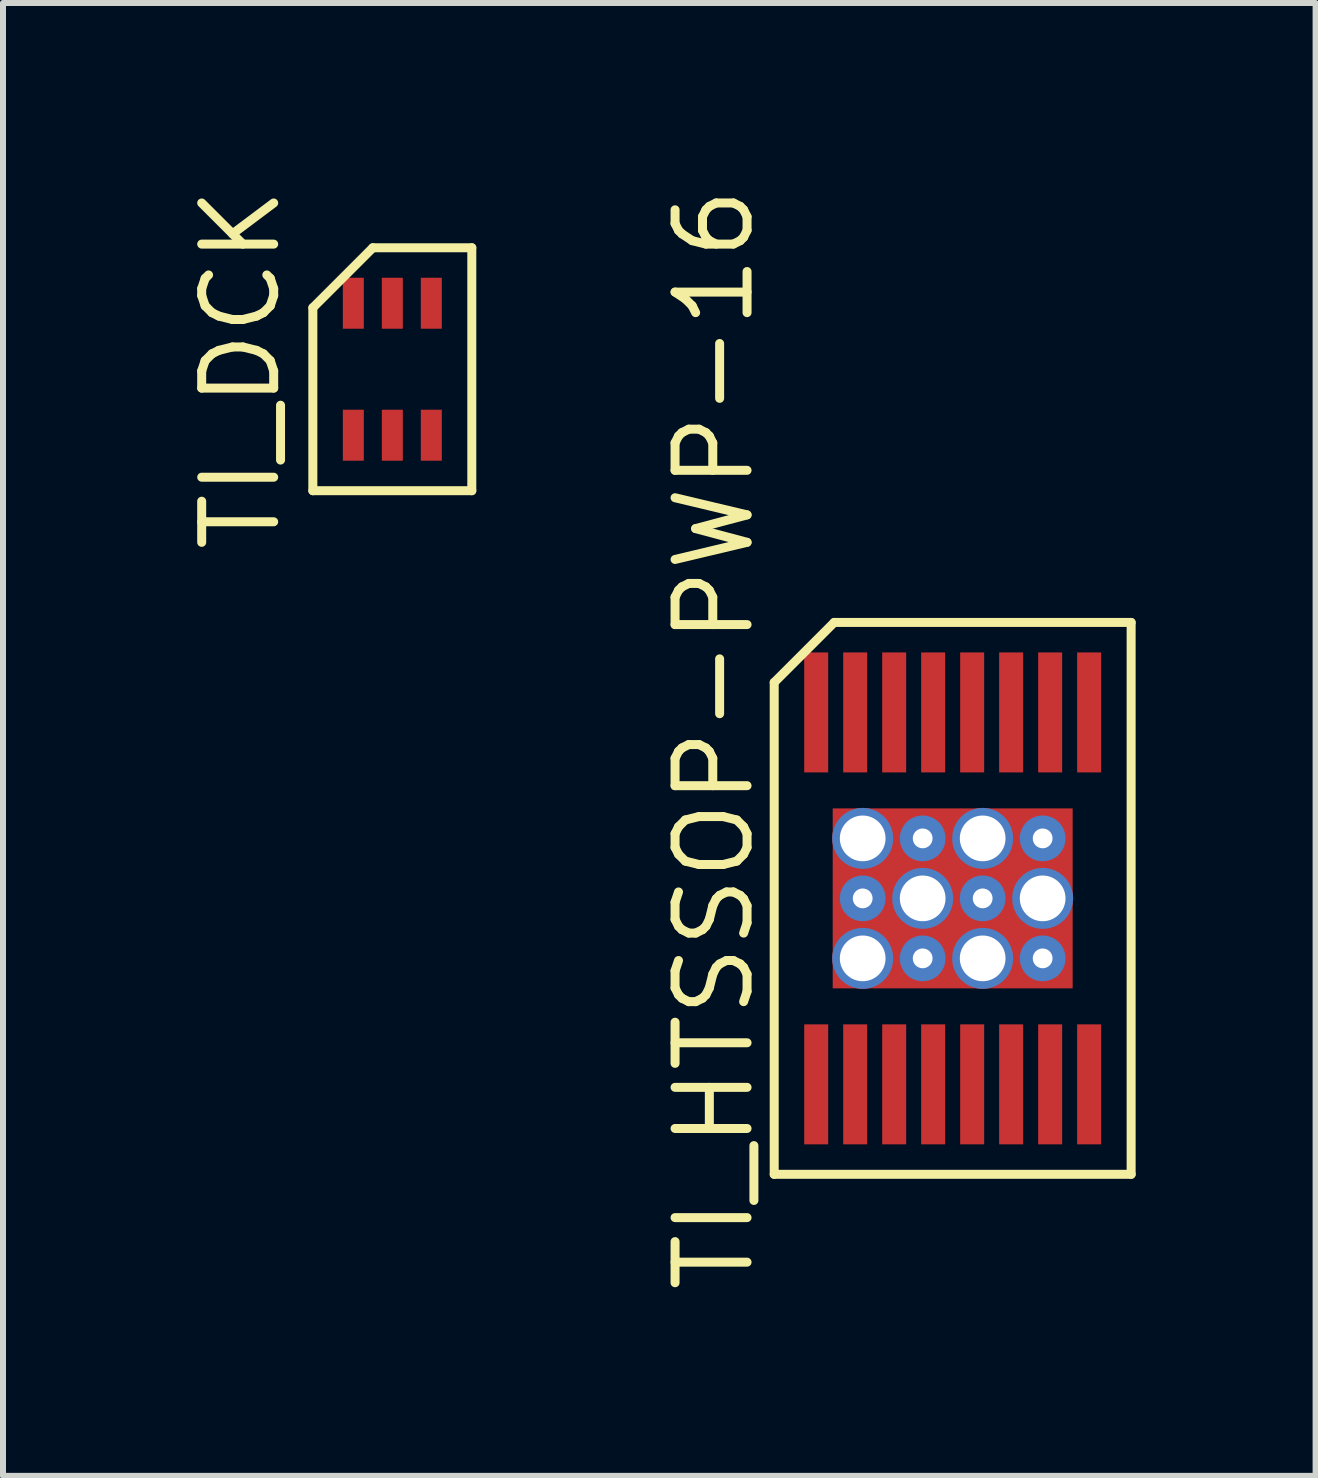
<source format=kicad_pcb>
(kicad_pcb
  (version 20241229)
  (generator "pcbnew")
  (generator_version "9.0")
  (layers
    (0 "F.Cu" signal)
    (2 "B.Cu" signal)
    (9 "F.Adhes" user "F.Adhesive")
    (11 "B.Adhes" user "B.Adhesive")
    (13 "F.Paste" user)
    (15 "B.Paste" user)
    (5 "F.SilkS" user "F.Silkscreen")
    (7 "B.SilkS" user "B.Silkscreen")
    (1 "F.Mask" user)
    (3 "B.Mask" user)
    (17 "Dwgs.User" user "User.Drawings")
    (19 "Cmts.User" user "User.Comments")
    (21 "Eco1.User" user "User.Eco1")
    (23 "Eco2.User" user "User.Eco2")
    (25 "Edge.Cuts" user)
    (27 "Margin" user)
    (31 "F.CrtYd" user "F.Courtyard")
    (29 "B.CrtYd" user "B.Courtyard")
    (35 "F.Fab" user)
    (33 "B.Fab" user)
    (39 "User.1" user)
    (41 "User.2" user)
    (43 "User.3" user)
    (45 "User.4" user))
  (footprint "TI_DCK"
    (layer "F.Cu")
    (at 3.49 3.105)
    (property "Reference" "TI_DCK" (at -2.525 0 90) (layer "F.SilkS") (effects (font (size 1.2 1.2) (thickness 0.15))))
    (attr through_hole)
    (fp_line (start -1.325 -1.025) (end -1.325 2.025) (stroke (width 0.15) (type solid)) (layer "F.SilkS"))
    (fp_line (start -1.325 2.025) (end 1.325 2.025) (stroke (width 0.15) (type solid)) (layer "F.SilkS"))
    (fp_line (start -0.325 -2.025) (end -1.325 -1.025) (stroke (width 0.15) (type solid)) (layer "F.SilkS"))
    (fp_line (start 1.325 -2.025) (end -0.325 -2.025) (stroke (width 0.15) (type solid)) (layer "F.SilkS"))
    (fp_line (start 1.325 2.025) (end 1.325 -2.025) (stroke (width 0.15) (type solid)) (layer "F.SilkS"))
    (pad "1" smd rect (at -0.65 1.1) (size 0.35 0.85) (layers "F.Cu" "F.Mask" "F.Paste"))
    (pad "2" smd rect (at 0 1.1) (size 0.35 0.85) (layers "F.Cu" "F.Mask" "F.Paste"))
    (pad "3" smd rect (at 0.65 1.1) (size 0.35 0.85) (layers "F.Cu" "F.Mask" "F.Paste"))
    (pad "4" smd rect (at 0.65 -1.1) (size 0.35 0.85) (layers "F.Cu" "F.Mask" "F.Paste"))
    (pad "5" smd rect (at 0 -1.1) (size 0.35 0.85) (layers "F.Cu" "F.Mask" "F.Paste"))
    (pad "6" smd rect (at -0.65 -1.1) (size 0.35 0.85) (layers "F.Cu" "F.Mask" "F.Paste")))
  (footprint "TI_HTSSOP-PWP-16"
    (layer "F.Cu")
    (at 12.831 11.926)
    (property "Reference" "TI_HTSSOP-PWP-16" (at -3.975 -2.65 90) (layer "F.SilkS") (effects (font (size 1.2 1.2) (thickness 0.15))))
    (attr through_hole)
    (fp_line (start -2.975 -3.6) (end -2.975 4.6) (stroke (width 0.15) (type solid)) (layer "F.SilkS"))
    (fp_line (start -2.975 4.6) (end 2.975 4.6) (stroke (width 0.15) (type solid)) (layer "F.SilkS"))
    (fp_line (start -1.975 -4.6) (end -2.975 -3.6) (stroke (width 0.15) (type solid)) (layer "F.SilkS"))
    (fp_line (start 2.975 -4.6) (end -1.975 -4.6) (stroke (width 0.15) (type solid)) (layer "F.SilkS"))
    (fp_line (start 2.975 4.6) (end 2.975 -4.6) (stroke (width 0.15) (type solid)) (layer "F.SilkS"))
    (pad "1" smd rect (at -2.275 3.1) (size 0.4 2) (layers "F.Cu" "F.Mask" "F.Paste"))
    (pad "2" smd rect (at -1.625 3.1) (size 0.4 2) (layers "F.Cu" "F.Mask" "F.Paste"))
    (pad "3" smd rect (at -0.975 3.1) (size 0.4 2) (layers "F.Cu" "F.Mask" "F.Paste"))
    (pad "4" smd rect (at -0.325 3.1) (size 0.4 2) (layers "F.Cu" "F.Mask" "F.Paste"))
    (pad "5" smd rect (at 0.325 3.1) (size 0.4 2) (layers "F.Cu" "F.Mask" "F.Paste"))
    (pad "6" smd rect (at 0.975 3.1) (size 0.4 2) (layers "F.Cu" "F.Mask" "F.Paste"))
    (pad "7" smd rect (at 1.625 3.1) (size 0.4 2) (layers "F.Cu" "F.Mask" "F.Paste"))
    (pad "8" smd rect (at 2.275 3.1) (size 0.4 2) (layers "F.Cu" "F.Mask" "F.Paste"))
    (pad "9" smd rect (at 2.275 -3.1) (size 0.4 2) (layers "F.Cu" "F.Mask" "F.Paste"))
    (pad "10" smd rect (at 1.625 -3.1) (size 0.4 2) (layers "F.Cu" "F.Mask" "F.Paste"))
    (pad "11" smd rect (at 0.975 -3.1) (size 0.4 2) (layers "F.Cu" "F.Mask" "F.Paste"))
    (pad "12" smd rect (at 0.325 -3.1) (size 0.4 2) (layers "F.Cu" "F.Mask" "F.Paste"))
    (pad "13" smd rect (at -0.325 -3.1) (size 0.4 2) (layers "F.Cu" "F.Mask" "F.Paste"))
    (pad "14" smd rect (at -0.975 -3.1) (size 0.4 2) (layers "F.Cu" "F.Mask" "F.Paste"))
    (pad "15" smd rect (at -1.625 -3.1) (size 0.4 2) (layers "F.Cu" "F.Mask" "F.Paste"))
    (pad "16" smd rect (at -2.275 -3.1) (size 0.4 2) (layers "F.Cu" "F.Mask" "F.Paste"))
    (pad "17" thru_hole circle (at -1.5 -1) (size 1.016 1.016) (drill 0.762) (layers "*.Cu" "*.Mask"))
    (pad "17" thru_hole circle (at -1.5 0) (size 0.762 0.762) (drill 0.33) (layers "*.Cu" "*.Mask"))
    (pad "17" thru_hole circle (at -1.5 1) (size 1.016 1.016) (drill 0.762) (layers "*.Cu" "*.Mask"))
    (pad "17" thru_hole circle (at -0.5 -1) (size 0.762 0.762) (drill 0.33) (layers "*.Cu" "*.Mask"))
    (pad "17" thru_hole circle (at -0.5 0) (size 1.016 1.016) (drill 0.762) (layers "*.Cu" "*.Mask"))
    (pad "17" thru_hole circle (at -0.5 1) (size 0.762 0.762) (drill 0.33) (layers "*.Cu" "*.Mask"))
    (pad "17" smd rect (at 0 0) (size 4 3) (layers "F.Cu" "F.Mask" "F.Paste"))
    (pad "17" thru_hole circle (at 0.5 -1) (size 1.016 1.016) (drill 0.762) (layers "*.Cu" "*.Mask"))
    (pad "17" thru_hole circle (at 0.5 0) (size 0.762 0.762) (drill 0.33) (layers "*.Cu" "*.Mask"))
    (pad "17" thru_hole circle (at 0.5 1) (size 1.016 1.016) (drill 0.762) (layers "*.Cu" "*.Mask"))
    (pad "17" thru_hole circle (at 1.5 -1) (size 0.762 0.762) (drill 0.33) (layers "*.Cu" "*.Mask"))
    (pad "17" thru_hole circle (at 1.5 0) (size 1.016 1.016) (drill 0.762) (layers "*.Cu" "*.Mask"))
    (pad "17" thru_hole circle (at 1.5 1) (size 0.762 0.762) (drill 0.33) (layers "*.Cu" "*.Mask")))
  (gr_rect
    (start -3 -3)
    (end 18.881 21.553)
    (stroke (width 0.1) (type default))
    (fill no)
    (layer "Edge.Cuts")))
</source>
